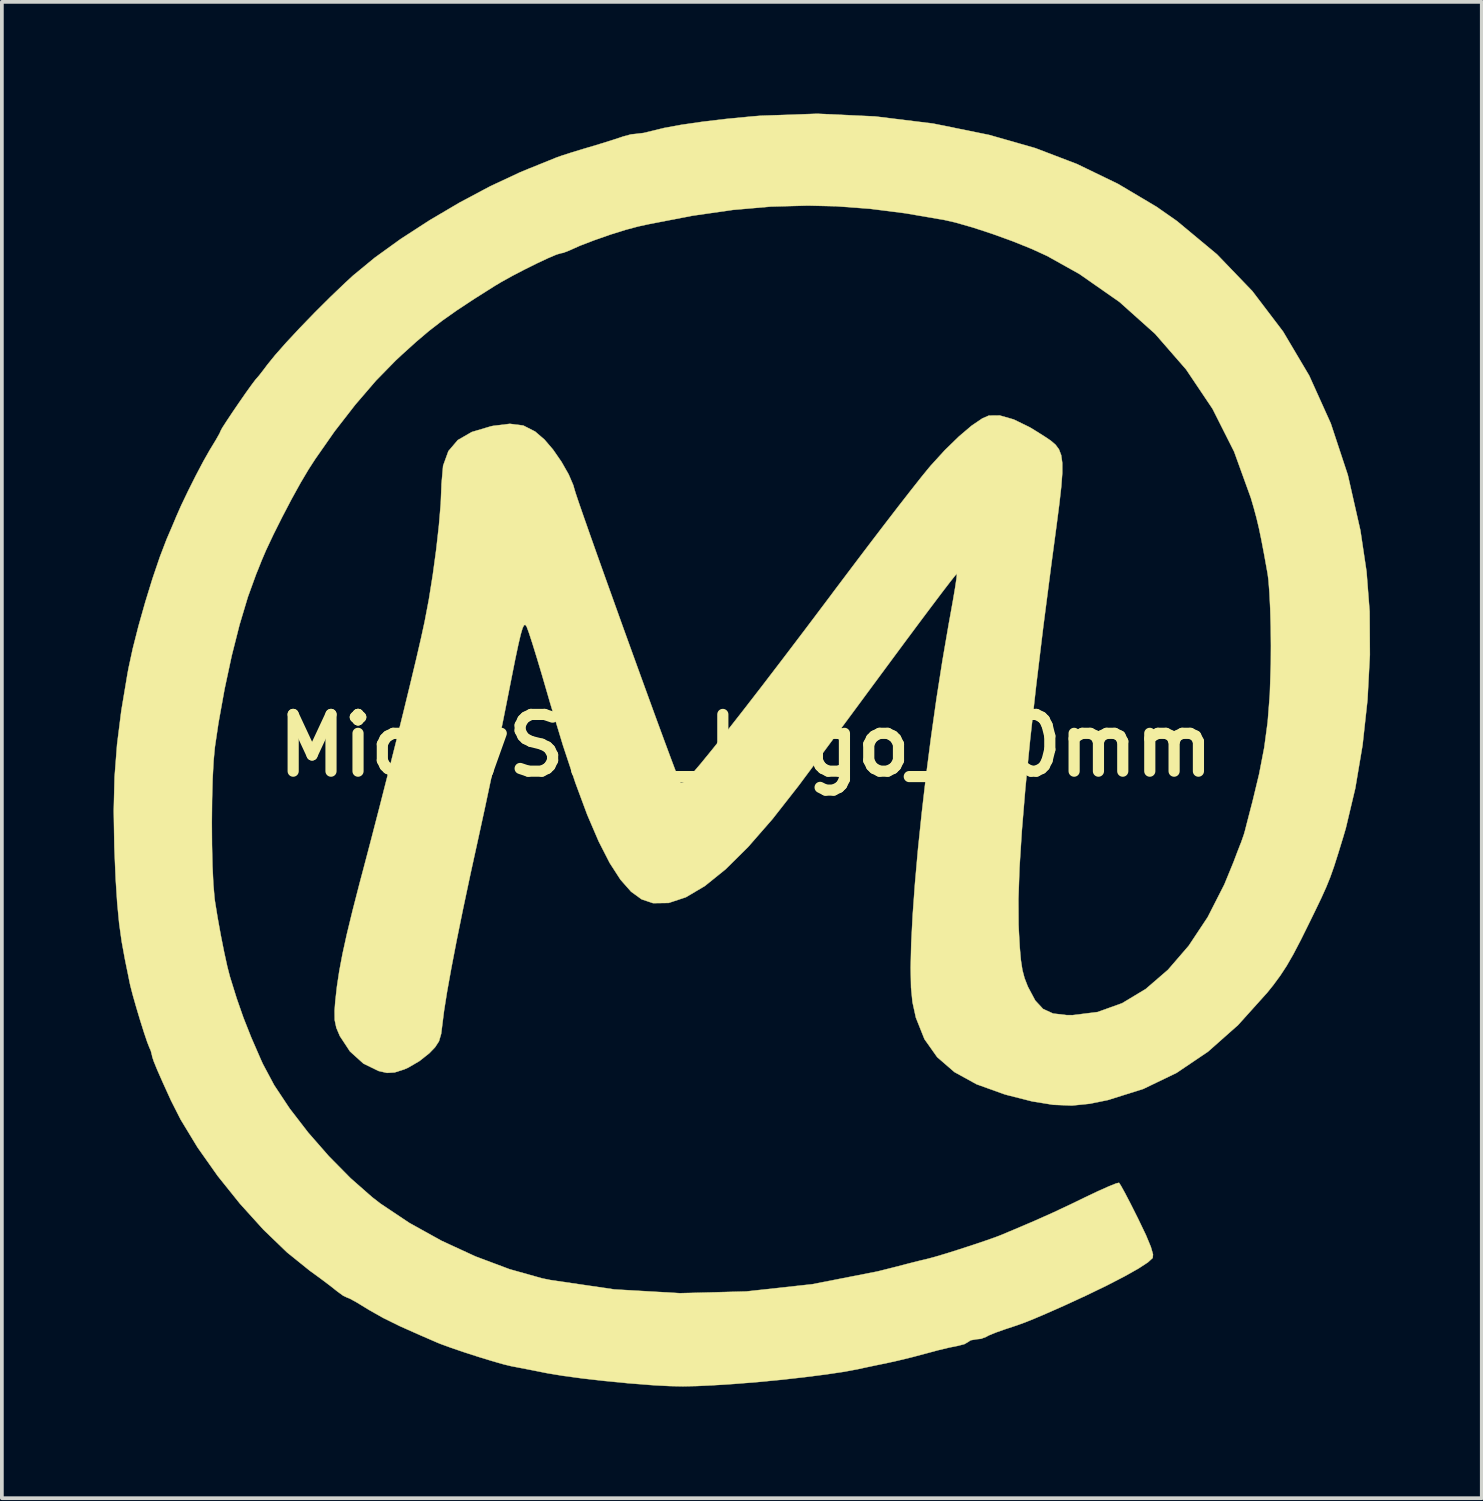
<source format=kicad_pcb>
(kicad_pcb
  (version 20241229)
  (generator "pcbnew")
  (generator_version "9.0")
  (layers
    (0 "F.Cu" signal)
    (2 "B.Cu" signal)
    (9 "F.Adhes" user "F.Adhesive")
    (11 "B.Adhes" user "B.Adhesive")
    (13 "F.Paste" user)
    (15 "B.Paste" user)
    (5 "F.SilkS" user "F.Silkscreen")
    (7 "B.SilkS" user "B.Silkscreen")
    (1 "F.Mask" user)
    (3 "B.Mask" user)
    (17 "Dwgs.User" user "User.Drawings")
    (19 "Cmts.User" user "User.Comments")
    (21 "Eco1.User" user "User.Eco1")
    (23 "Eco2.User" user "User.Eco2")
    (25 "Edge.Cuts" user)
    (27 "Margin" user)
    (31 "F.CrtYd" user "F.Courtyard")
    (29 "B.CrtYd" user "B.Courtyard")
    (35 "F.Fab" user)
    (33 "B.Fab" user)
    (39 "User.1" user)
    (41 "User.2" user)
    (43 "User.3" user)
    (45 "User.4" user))
  (footprint "MickySim_Logo_40mm"
    (layer "F.Cu")
    (at 16.979 16.971)
    (property "Reference" "MickySim_Logo_40mm" (at 0 0 0) (layer "F.SilkS") (effects (font (size 1.524 1.524) (thickness 0.3))))
    (attr through_hole)
    (fp_poly (pts (xy 3.477 -16.894) (xy 5.029 -16.703) (xy 6.536 -16.397) (xy 7.772 -16.044) (xy 8.893 -15.616) (xy 9.996 -15.082) (xy 11.03 -14.468) (xy 11.578 -14.085) (xy 12.654 -13.19) (xy 13.604 -12.202) (xy 14.429 -11.117) (xy 15.131 -9.933) (xy 15.71 -8.65) (xy 16.168 -7.264) (xy 16.506 -5.773) (xy 16.67 -4.673) (xy 16.753 -3.6) (xy 16.76 -2.435) (xy 16.696 -1.224) (xy 16.564 -0.014) (xy 16.368 1.149) (xy 16.114 2.219) (xy 16.048 2.444) (xy 15.908 2.901) (xy 15.797 3.25) (xy 15.696 3.535) (xy 15.588 3.802) (xy 15.456 4.095) (xy 15.281 4.459) (xy 15.15 4.727) (xy 14.904 5.224) (xy 14.703 5.608) (xy 14.526 5.916) (xy 14.353 6.18) (xy 14.164 6.437) (xy 14.003 6.637) (xy 13.221 7.506) (xy 12.413 8.222) (xy 11.568 8.792) (xy 10.674 9.223) (xy 9.722 9.522) (xy 9.235 9.621) (xy 8.761 9.669) (xy 8.257 9.649) (xy 7.69 9.557) (xy 7.023 9.388) (xy 6.933 9.362) (xy 6.197 9.097) (xy 5.603 8.77) (xy 5.14 8.369) (xy 4.798 7.885) (xy 4.568 7.309) (xy 4.476 6.889) (xy 4.438 6.499) (xy 4.428 5.969) (xy 4.443 5.315) (xy 4.482 4.556) (xy 4.543 3.708) (xy 4.624 2.789) (xy 4.725 1.816) (xy 4.842 0.805) (xy 4.975 -0.224) (xy 5.121 -1.257) (xy 5.28 -2.274) (xy 5.449 -3.259) (xy 5.492 -3.495) (xy 5.563 -3.892) (xy 5.62 -4.228) (xy 5.657 -4.475) (xy 5.67 -4.603) (xy 5.669 -4.614) (xy 5.617 -4.558) (xy 5.481 -4.386) (xy 5.271 -4.112) (xy 4.998 -3.75) (xy 4.671 -3.314) (xy 4.301 -2.817) (xy 3.899 -2.274) (xy 3.803 -2.144) (xy 3.367 -1.554) (xy 2.939 -0.974) (xy 2.532 -0.424) (xy 2.162 0.076) (xy 1.844 0.507) (xy 1.591 0.847) (xy 1.42 1.077) (xy 0.715 1.977) (xy 0.061 2.726) (xy -0.544 3.325) (xy -1.101 3.774) (xy -1.61 4.075) (xy -2.073 4.228) (xy -2.49 4.234) (xy -2.797 4.131) (xy -3.08 3.926) (xy -3.365 3.603) (xy -3.655 3.154) (xy -3.951 2.575) (xy -4.258 1.86) (xy -4.576 1.003) (xy -4.909 -0.000281) (xy -5.259 -1.156) (xy -5.33 -1.402) (xy -5.474 -1.896) (xy -5.609 -2.347) (xy -5.727 -2.729) (xy -5.82 -3.015) (xy -5.88 -3.179) (xy -5.888 -3.197) (xy -5.921 -3.241) (xy -5.956 -3.231) (xy -5.996 -3.15) (xy -6.045 -2.983) (xy -6.108 -2.715) (xy -6.19 -2.329) (xy -6.293 -1.81) (xy -6.367 -1.434) (xy -6.505 -0.737) (xy -6.666 0.053) (xy -6.837 0.874) (xy -7.005 1.667) (xy -7.158 2.37) (xy -7.174 2.444) (xy -7.395 3.452) (xy -7.593 4.387) (xy -7.766 5.237) (xy -7.91 5.986) (xy -8.024 6.621) (xy -8.104 7.126) (xy -8.143 7.437) (xy -8.181 7.74) (xy -8.24 7.943) (xy -8.346 8.105) (xy -8.499 8.264) (xy -8.761 8.472) (xy -9.063 8.649) (xy -9.171 8.697) (xy -9.431 8.78) (xy -9.636 8.792) (xy -9.859 8.742) (xy -10.269 8.542) (xy -10.63 8.216) (xy -10.902 7.803) (xy -10.996 7.581) (xy -11.04 7.374) (xy -11.043 7.118) (xy -11.024 6.865) (xy -10.98 6.471) (xy -10.917 6.055) (xy -10.83 5.594) (xy -10.713 5.061) (xy -10.561 4.435) (xy -10.369 3.688) (xy -10.283 3.365) (xy -10.064 2.532) (xy -9.84 1.667) (xy -9.617 0.792) (xy -9.4 -0.069) (xy -9.196 -0.892) (xy -9.011 -1.653) (xy -8.849 -2.33) (xy -8.718 -2.898) (xy -8.625 -3.325) (xy -8.511 -3.925) (xy -8.406 -4.585) (xy -8.314 -5.263) (xy -8.241 -5.916) (xy -8.192 -6.502) (xy -8.173 -6.977) (xy -8.173 -7.011) (xy -8.129 -7.514) (xy -7.987 -7.906) (xy -7.735 -8.202) (xy -7.359 -8.419) (xy -6.844 -8.572) (xy -6.786 -8.584) (xy -6.336 -8.639) (xy -5.975 -8.593) (xy -5.658 -8.432) (xy -5.406 -8.215) (xy -5.177 -7.947) (xy -4.95 -7.619) (xy -4.758 -7.282) (xy -4.632 -6.989) (xy -4.608 -6.901) (xy -4.572 -6.782) (xy -4.488 -6.531) (xy -4.361 -6.165) (xy -4.199 -5.703) (xy -4.007 -5.16) (xy -3.792 -4.557) (xy -3.56 -3.91) (xy -3.319 -3.237) (xy -3.073 -2.556) (xy -2.83 -1.885) (xy -2.596 -1.241) (xy -2.378 -0.643) (xy -2.181 -0.108) (xy -2.013 0.345) (xy -1.879 0.7) (xy -1.8 0.905) (xy -1.749 1.001) (xy -1.68 0.987) (xy -1.582 0.905) (xy -1.439 0.755) (xy -1.209 0.486) (xy -0.899 0.106) (xy -0.516 -0.374) (xy -0.068 -0.946) (xy 0.438 -1.6) (xy 0.994 -2.327) (xy 1.593 -3.116) (xy 2.228 -3.959) (xy 2.383 -4.167) (xy 2.839 -4.772) (xy 3.286 -5.363) (xy 3.712 -5.921) (xy 4.102 -6.428) (xy 4.443 -6.865) (xy 4.72 -7.216) (xy 4.92 -7.461) (xy 4.962 -7.511) (xy 5.346 -7.932) (xy 5.721 -8.297) (xy 6.063 -8.588) (xy 6.352 -8.784) (xy 6.527 -8.86) (xy 6.82 -8.863) (xy 7.195 -8.756) (xy 7.624 -8.547) (xy 7.821 -8.427) (xy 8.025 -8.298) (xy 8.189 -8.188) (xy 8.317 -8.079) (xy 8.41 -7.954) (xy 8.47 -7.797) (xy 8.499 -7.589) (xy 8.499 -7.313) (xy 8.472 -6.953) (xy 8.42 -6.491) (xy 8.345 -5.909) (xy 8.249 -5.191) (xy 8.216 -4.945) (xy 7.99 -3.199) (xy 7.797 -1.601) (xy 7.636 -0.153) (xy 7.508 1.145) (xy 7.413 2.291) (xy 7.35 3.285) (xy 7.321 4.124) (xy 7.325 4.808) (xy 7.33 4.928) (xy 7.356 5.406) (xy 7.387 5.761) (xy 7.428 6.029) (xy 7.486 6.248) (xy 7.566 6.454) (xy 7.582 6.49) (xy 7.773 6.848) (xy 7.983 7.075) (xy 8.252 7.198) (xy 8.621 7.241) (xy 8.773 7.242) (xy 9.448 7.158) (xy 10.107 6.921) (xy 10.74 6.54) (xy 11.339 6.023) (xy 11.896 5.377) (xy 12.404 4.611) (xy 12.852 3.732) (xy 13.101 3.125) (xy 13.196 2.873) (xy 13.278 2.662) (xy 13.302 2.604) (xy 13.377 2.389) (xy 13.407 2.284) (xy 13.446 2.13) (xy 13.512 1.874) (xy 13.592 1.566) (xy 13.604 1.522) (xy 13.787 0.762) (xy 13.923 0.058) (xy 14.016 -0.636) (xy 14.073 -1.368) (xy 14.1 -2.186) (xy 14.103 -2.679) (xy 14.098 -3.184) (xy 14.084 -3.671) (xy 14.063 -4.101) (xy 14.037 -4.438) (xy 14.016 -4.602) (xy 13.923 -5.12) (xy 13.847 -5.519) (xy 13.781 -5.837) (xy 13.715 -6.113) (xy 13.641 -6.387) (xy 13.564 -6.65) (xy 13.115 -7.891) (xy 12.535 -9.042) (xy 11.826 -10.098) (xy 10.992 -11.056) (xy 10.035 -11.912) (xy 8.959 -12.663) (xy 8.093 -13.147) (xy 7.68 -13.336) (xy 7.178 -13.539) (xy 6.634 -13.736) (xy 6.099 -13.912) (xy 5.623 -14.048) (xy 5.337 -14.113) (xy 4.284 -14.294) (xy 3.33 -14.415) (xy 2.428 -14.482) (xy 1.67 -14.5) (xy 0.668 -14.473) (xy -0.356 -14.383) (xy -1.439 -14.227) (xy -2.618 -13.999) (xy -2.885 -13.941) (xy -3.222 -13.851) (xy -3.635 -13.722) (xy -4.064 -13.572) (xy -4.453 -13.423) (xy -4.744 -13.293) (xy -4.746 -13.292) (xy -4.901 -13.232) (xy -4.962 -13.221) (xy -5.084 -13.185) (xy -5.31 -13.089) (xy -5.607 -12.95) (xy -5.939 -12.785) (xy -6.271 -12.612) (xy -6.568 -12.447) (xy -6.731 -12.35) (xy -7.299 -11.991) (xy -7.761 -11.686) (xy -8.152 -11.41) (xy -8.505 -11.137) (xy -8.853 -10.842) (xy -9.23 -10.501) (xy -9.405 -10.338) (xy -9.933 -9.798) (xy -10.49 -9.15) (xy -11.045 -8.435) (xy -11.564 -7.692) (xy -11.745 -7.412) (xy -11.955 -7.058) (xy -12.199 -6.617) (xy -12.451 -6.135) (xy -12.689 -5.66) (xy -12.888 -5.237) (xy -13.003 -4.968) (xy -13.09 -4.748) (xy -13.148 -4.607) (xy -13.373 -3.988) (xy -13.596 -3.243) (xy -13.807 -2.408) (xy -13.998 -1.518) (xy -14.162 -0.607) (xy -14.258 0.04) (xy -14.293 0.412) (xy -14.319 0.898) (xy -14.334 1.462) (xy -14.34 2.065) (xy -14.336 2.669) (xy -14.323 3.237) (xy -14.299 3.73) (xy -14.266 4.111) (xy -14.256 4.185) (xy -14.185 4.624) (xy -14.1 5.094) (xy -14.01 5.547) (xy -13.925 5.936) (xy -13.854 6.21) (xy -13.674 6.789) (xy -13.491 7.313) (xy -13.281 7.843) (xy -13.02 8.442) (xy -12.972 8.549) (xy -12.665 9.124) (xy -12.249 9.751) (xy -11.751 10.397) (xy -11.197 11.03) (xy -10.616 11.619) (xy -10.034 12.131) (xy -9.805 12.308) (xy -9.032 12.824) (xy -8.168 13.303) (xy -7.256 13.723) (xy -6.343 14.065) (xy -5.474 14.309) (xy -5.257 14.354) (xy -3.531 14.607) (xy -1.769 14.709) (xy 0.009 14.662) (xy 1.784 14.468) (xy 3.536 14.125) (xy 4.006 14.007) (xy 4.34 13.92) (xy 4.652 13.841) (xy 4.877 13.787) (xy 4.888 13.785) (xy 5.084 13.732) (xy 5.387 13.642) (xy 5.75 13.527) (xy 6.127 13.404) (xy 6.473 13.287) (xy 6.743 13.191) (xy 6.851 13.149) (xy 7.053 13.064) (xy 7.211 12.998) (xy 7.762 12.763) (xy 8.248 12.546) (xy 8.746 12.312) (xy 9.129 12.126) (xy 9.464 11.967) (xy 9.745 11.842) (xy 9.941 11.763) (xy 10.023 11.743) (xy 10.075 11.823) (xy 10.183 12.018) (xy 10.331 12.302) (xy 10.504 12.646) (xy 10.536 12.71) (xy 10.747 13.15) (xy 10.878 13.465) (xy 10.936 13.667) (xy 10.927 13.763) (xy 10.8 13.879) (xy 10.543 14.047) (xy 10.171 14.256) (xy 9.703 14.498) (xy 9.156 14.763) (xy 8.547 15.044) (xy 8.053 15.262) (xy 7.739 15.396) (xy 7.503 15.491) (xy 7.277 15.573) (xy 6.992 15.667) (xy 6.971 15.674) (xy 6.718 15.763) (xy 6.525 15.842) (xy 6.454 15.881) (xy 6.318 15.933) (xy 6.198 15.945) (xy 6.038 15.973) (xy 5.975 16.016) (xy 5.872 16.076) (xy 5.683 16.125) (xy 5.67 16.127) (xy 5.459 16.169) (xy 5.16 16.241) (xy 4.848 16.325) (xy 4.476 16.424) (xy 4.081 16.52) (xy 3.806 16.581) (xy 3.481 16.648) (xy 3.164 16.715) (xy 3.005 16.75) (xy 2.642 16.818) (xy 2.156 16.89) (xy 1.584 16.963) (xy 0.962 17.033) (xy 0.327 17.094) (xy -0.284 17.143) (xy -0.321 17.146) (xy -0.876 17.181) (xy -1.317 17.202) (xy -1.689 17.21) (xy -2.038 17.203) (xy -2.409 17.184) (xy -2.564 17.174) (xy -3.177 17.125) (xy -3.799 17.064) (xy -4.39 16.997) (xy -4.909 16.927) (xy -5.315 16.86) (xy -5.368 16.85) (xy -5.713 16.781) (xy -6.042 16.717) (xy -6.287 16.67) (xy -6.29 16.67) (xy -6.499 16.62) (xy -6.813 16.53) (xy -7.186 16.416) (xy -7.573 16.291) (xy -7.927 16.17) (xy -8.203 16.069) (xy -8.293 16.032) (xy -8.475 15.953) (xy -8.707 15.852) (xy -8.734 15.841) (xy -9.291 15.593) (xy -9.737 15.373) (xy -10.113 15.161) (xy -10.232 15.088) (xy -10.462 14.948) (xy -10.638 14.852) (xy -10.713 14.823) (xy -10.812 14.776) (xy -10.97 14.661) (xy -10.993 14.643) (xy -11.166 14.506) (xy -11.417 14.317) (xy -11.695 14.115) (xy -11.713 14.102) (xy -12.322 13.611) (xy -12.955 13.001) (xy -13.584 12.306) (xy -14.183 11.559) (xy -14.723 10.794) (xy -15.178 10.044) (xy -15.436 9.535) (xy -15.653 9.058) (xy -15.806 8.711) (xy -15.9 8.481) (xy -15.942 8.354) (xy -15.945 8.33) (xy -15.979 8.197) (xy -16.017 8.112) (xy -16.075 7.964) (xy -16.162 7.706) (xy -16.264 7.382) (xy -16.368 7.035) (xy -16.461 6.71) (xy -16.528 6.451) (xy -16.546 6.37) (xy -16.591 6.145) (xy -16.651 5.854) (xy -16.676 5.729) (xy -16.761 5.264) (xy -16.829 4.775) (xy -16.881 4.228) (xy -16.922 3.591) (xy -16.954 2.83) (xy -16.958 2.728) (xy -16.974 1.749) (xy -16.952 0.849) (xy -16.885 -0.027) (xy -16.771 -0.934) (xy -16.605 -1.928) (xy -16.576 -2.083) (xy -16.463 -2.605) (xy -16.309 -3.211) (xy -16.127 -3.854) (xy -15.932 -4.487) (xy -15.736 -5.064) (xy -15.554 -5.539) (xy -15.524 -5.609) (xy -15.417 -5.858) (xy -15.328 -6.068) (xy -15.303 -6.13) (xy -15.165 -6.443) (xy -14.979 -6.832) (xy -14.772 -7.245) (xy -14.569 -7.63) (xy -14.398 -7.932) (xy -14.363 -7.989) (xy -14.226 -8.215) (xy -14.131 -8.384) (xy -14.102 -8.452) (xy -14.06 -8.531) (xy -13.947 -8.706) (xy -13.789 -8.944) (xy -13.609 -9.208) (xy -13.43 -9.466) (xy -13.275 -9.682) (xy -13.169 -9.823) (xy -13.14 -9.856) (xy -13.068 -9.939) (xy -12.939 -10.106) (xy -12.857 -10.216) (xy -12.647 -10.476) (xy -12.346 -10.817) (xy -11.98 -11.21) (xy -11.577 -11.627) (xy -11.162 -12.04) (xy -10.763 -12.422) (xy -10.547 -12.621) (xy -9.965 -13.1) (xy -9.268 -13.603) (xy -8.493 -14.105) (xy -7.677 -14.586) (xy -6.858 -15.021) (xy -6.074 -15.388) (xy -5.809 -15.498) (xy -5.513 -15.617) (xy -5.258 -15.72) (xy -5.096 -15.786) (xy -5.088 -15.789) (xy -4.942 -15.841) (xy -4.687 -15.923) (xy -4.366 -16.021) (xy -4.207 -16.068) (xy -3.867 -16.17) (xy -3.568 -16.264) (xy -3.357 -16.333) (xy -3.301 -16.353) (xy -3.082 -16.412) (xy -2.947 -16.426) (xy -2.746 -16.45) (xy -2.53 -16.502) (xy -2.197 -16.584) (xy -1.733 -16.669) (xy -1.167 -16.751) (xy -0.528 -16.827) (xy 0.155 -16.893) (xy 0.401 -16.913) (xy 1.921 -16.966) (xy 3.477 -16.894)) (stroke (width 0.01) (type solid)) (fill yes) (layer "F.SilkS")))
  (gr_rect
    (start -3 -3)
    (end 36.744 37.185)
    (stroke (width 0.1) (type default))
    (fill no)
    (layer "Edge.Cuts")))
</source>
